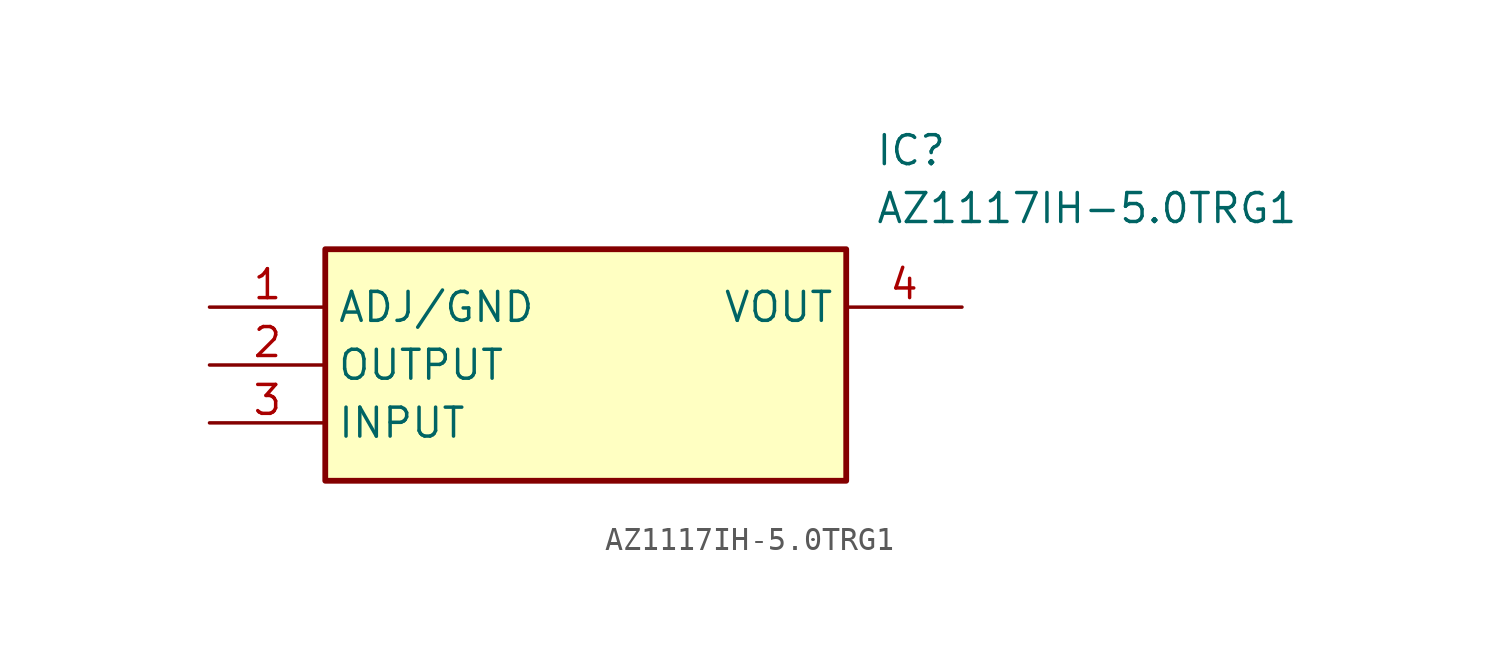
<source format=kicad_sym>
(kicad_symbol_lib
  (version 20211014)
  (generator SamacSys_ECAD_Model)
  (symbol "AZ1117IH-5.0TRG1"
    (property "Reference" "IC"
      (at 29.21 7.62 0)
      (effects (font (size 1.27 1.27)) (justify left top)))
    (property "Value" "AZ1117IH-5.0TRG1"
      (at 29.21 5.08 0)
      (effects (font (size 1.27 1.27)) (justify left top)))
    (rectangle
      (start 5.08 2.54)
      (end 27.94 -7.62)
      (stroke (width 0.254) (type default))
      (fill (type background)))
    (pin passive line
      (at 0 0 0)
      (length 5.08)
      (name "ADJ/GND" (effects (font (size 1.27 1.27))))
      (number "1" (effects (font (size 1.27 1.27)))))
    (pin passive line
      (at 0 -2.54 0)
      (length 5.08)
      (name "OUTPUT" (effects (font (size 1.27 1.27))))
      (number "2" (effects (font (size 1.27 1.27)))))
    (pin passive line
      (at 0 -5.08 0)
      (length 5.08)
      (name "INPUT" (effects (font (size 1.27 1.27))))
      (number "3" (effects (font (size 1.27 1.27)))))
    (pin passive line
      (at 33.02 0 180)
      (length 5.08)
      (name "VOUT" (effects (font (size 1.27 1.27))))
      (number "4" (effects (font (size 1.27 1.27)))))))
</source>
